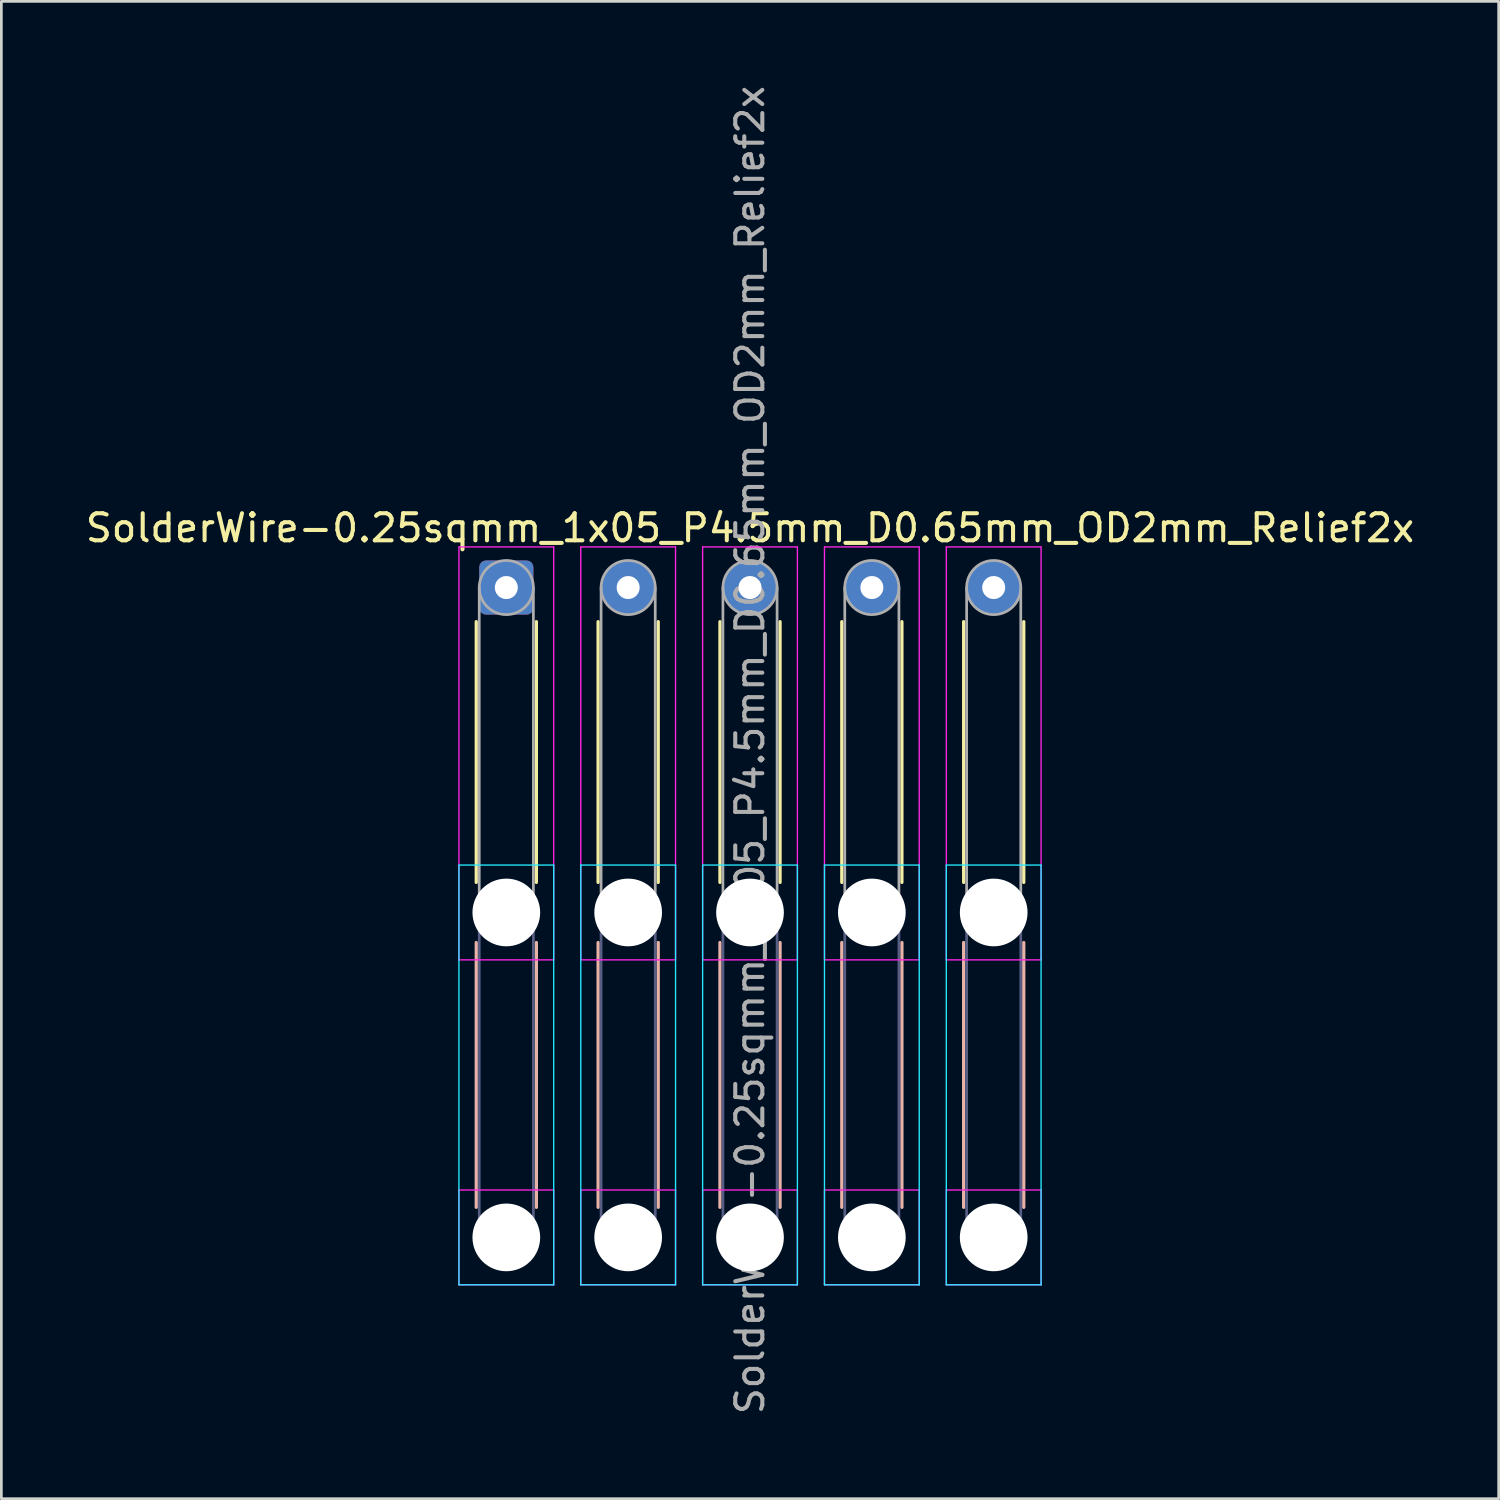
<source format=kicad_pcb>
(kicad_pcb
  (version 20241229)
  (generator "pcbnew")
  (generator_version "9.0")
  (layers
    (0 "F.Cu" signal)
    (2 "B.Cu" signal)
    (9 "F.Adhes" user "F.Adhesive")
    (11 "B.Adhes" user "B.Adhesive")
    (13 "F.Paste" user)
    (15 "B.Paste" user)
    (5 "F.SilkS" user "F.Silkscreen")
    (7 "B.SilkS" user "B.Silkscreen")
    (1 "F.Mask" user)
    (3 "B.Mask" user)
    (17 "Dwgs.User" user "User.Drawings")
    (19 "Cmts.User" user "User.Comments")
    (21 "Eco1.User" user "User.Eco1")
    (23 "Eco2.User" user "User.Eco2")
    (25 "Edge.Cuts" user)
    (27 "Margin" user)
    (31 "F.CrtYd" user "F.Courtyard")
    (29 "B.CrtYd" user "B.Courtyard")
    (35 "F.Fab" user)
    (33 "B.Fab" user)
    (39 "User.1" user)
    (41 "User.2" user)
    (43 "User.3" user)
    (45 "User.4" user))
  (footprint "SolderWire-0.25sqmm_1x05_P4.5mm_D0.65mm_OD2mm_Relief2x"
    (layer "F.Cu")
    (at 15.649 18.649)
    (property "Reference" "SolderWire-0.25sqmm_1x05_P4.5mm_D0.65mm_OD2mm_Relief2x" (at 9 -2.2 0) (layer "F.SilkS") (effects (font (size 1 1) (thickness 0.15))))
    (attr exclude_from_pos_files exclude_from_bom)
    (fp_line (start -1.11 1.26) (end -1.11 10.89) (stroke (width 0.12) (type solid)) (layer "F.SilkS"))
    (fp_line (start 1.11 1.26) (end 1.11 10.89) (stroke (width 0.12) (type solid)) (layer "F.SilkS"))
    (fp_line (start 3.39 1.26) (end 3.39 10.89) (stroke (width 0.12) (type solid)) (layer "F.SilkS"))
    (fp_line (start 5.61 1.26) (end 5.61 10.89) (stroke (width 0.12) (type solid)) (layer "F.SilkS"))
    (fp_line (start 7.89 1.26) (end 7.89 10.89) (stroke (width 0.12) (type solid)) (layer "F.SilkS"))
    (fp_line (start 10.11 1.26) (end 10.11 10.89) (stroke (width 0.12) (type solid)) (layer "F.SilkS"))
    (fp_line (start 12.39 1.26) (end 12.39 10.89) (stroke (width 0.12) (type solid)) (layer "F.SilkS"))
    (fp_line (start 14.61 1.26) (end 14.61 10.89) (stroke (width 0.12) (type solid)) (layer "F.SilkS"))
    (fp_line (start 16.89 1.26) (end 16.89 10.89) (stroke (width 0.12) (type solid)) (layer "F.SilkS"))
    (fp_line (start 19.11 1.26) (end 19.11 10.89) (stroke (width 0.12) (type solid)) (layer "F.SilkS"))
    (fp_line (start -1.11 13.11) (end -1.11 22.89) (stroke (width 0.12) (type solid)) (layer "B.SilkS"))
    (fp_line (start 1.11 13.11) (end 1.11 22.89) (stroke (width 0.12) (type solid)) (layer "B.SilkS"))
    (fp_line (start 3.39 13.11) (end 3.39 22.89) (stroke (width 0.12) (type solid)) (layer "B.SilkS"))
    (fp_line (start 5.61 13.11) (end 5.61 22.89) (stroke (width 0.12) (type solid)) (layer "B.SilkS"))
    (fp_line (start 7.89 13.11) (end 7.89 22.89) (stroke (width 0.12) (type solid)) (layer "B.SilkS"))
    (fp_line (start 10.11 13.11) (end 10.11 22.89) (stroke (width 0.12) (type solid)) (layer "B.SilkS"))
    (fp_line (start 12.39 13.11) (end 12.39 22.89) (stroke (width 0.12) (type solid)) (layer "B.SilkS"))
    (fp_line (start 14.61 13.11) (end 14.61 22.89) (stroke (width 0.12) (type solid)) (layer "B.SilkS"))
    (fp_line (start 16.89 13.11) (end 16.89 22.89) (stroke (width 0.12) (type solid)) (layer "B.SilkS"))
    (fp_line (start 19.11 13.11) (end 19.11 22.89) (stroke (width 0.12) (type solid)) (layer "B.SilkS"))
    (fp_line (start -1.75 10.25) (end -1.75 25.75) (stroke (width 0.05) (type solid)) (layer "B.CrtYd"))
    (fp_line (start -1.75 25.75) (end 1.75 25.75) (stroke (width 0.05) (type solid)) (layer "B.CrtYd"))
    (fp_line (start 1.75 10.25) (end -1.75 10.25) (stroke (width 0.05) (type solid)) (layer "B.CrtYd"))
    (fp_line (start 1.75 25.75) (end 1.75 10.25) (stroke (width 0.05) (type solid)) (layer "B.CrtYd"))
    (fp_line (start 2.75 10.25) (end 2.75 25.75) (stroke (width 0.05) (type solid)) (layer "B.CrtYd"))
    (fp_line (start 2.75 25.75) (end 6.25 25.75) (stroke (width 0.05) (type solid)) (layer "B.CrtYd"))
    (fp_line (start 6.25 10.25) (end 2.75 10.25) (stroke (width 0.05) (type solid)) (layer "B.CrtYd"))
    (fp_line (start 6.25 25.75) (end 6.25 10.25) (stroke (width 0.05) (type solid)) (layer "B.CrtYd"))
    (fp_line (start 7.25 10.25) (end 7.25 25.75) (stroke (width 0.05) (type solid)) (layer "B.CrtYd"))
    (fp_line (start 7.25 25.75) (end 10.75 25.75) (stroke (width 0.05) (type solid)) (layer "B.CrtYd"))
    (fp_line (start 10.75 10.25) (end 7.25 10.25) (stroke (width 0.05) (type solid)) (layer "B.CrtYd"))
    (fp_line (start 10.75 25.75) (end 10.75 10.25) (stroke (width 0.05) (type solid)) (layer "B.CrtYd"))
    (fp_line (start 11.75 10.25) (end 11.75 25.75) (stroke (width 0.05) (type solid)) (layer "B.CrtYd"))
    (fp_line (start 11.75 25.75) (end 15.25 25.75) (stroke (width 0.05) (type solid)) (layer "B.CrtYd"))
    (fp_line (start 15.25 10.25) (end 11.75 10.25) (stroke (width 0.05) (type solid)) (layer "B.CrtYd"))
    (fp_line (start 15.25 25.75) (end 15.25 10.25) (stroke (width 0.05) (type solid)) (layer "B.CrtYd"))
    (fp_line (start 16.25 10.25) (end 16.25 25.75) (stroke (width 0.05) (type solid)) (layer "B.CrtYd"))
    (fp_line (start 16.25 25.75) (end 19.75 25.75) (stroke (width 0.05) (type solid)) (layer "B.CrtYd"))
    (fp_line (start 19.75 10.25) (end 16.25 10.25) (stroke (width 0.05) (type solid)) (layer "B.CrtYd"))
    (fp_line (start 19.75 25.75) (end 19.75 10.25) (stroke (width 0.05) (type solid)) (layer "B.CrtYd"))
    (fp_line (start -1.75 -1.5) (end -1.75 13.75) (stroke (width 0.05) (type solid)) (layer "F.CrtYd"))
    (fp_line (start -1.75 13.75) (end 1.75 13.75) (stroke (width 0.05) (type solid)) (layer "F.CrtYd"))
    (fp_line (start -1.75 22.25) (end -1.75 25.75) (stroke (width 0.05) (type solid)) (layer "F.CrtYd"))
    (fp_line (start -1.75 25.75) (end 1.75 25.75) (stroke (width 0.05) (type solid)) (layer "F.CrtYd"))
    (fp_line (start 1.75 -1.5) (end -1.75 -1.5) (stroke (width 0.05) (type solid)) (layer "F.CrtYd"))
    (fp_line (start 1.75 13.75) (end 1.75 -1.5) (stroke (width 0.05) (type solid)) (layer "F.CrtYd"))
    (fp_line (start 1.75 22.25) (end -1.75 22.25) (stroke (width 0.05) (type solid)) (layer "F.CrtYd"))
    (fp_line (start 1.75 25.75) (end 1.75 22.25) (stroke (width 0.05) (type solid)) (layer "F.CrtYd"))
    (fp_line (start 2.75 -1.5) (end 2.75 13.75) (stroke (width 0.05) (type solid)) (layer "F.CrtYd"))
    (fp_line (start 2.75 13.75) (end 6.25 13.75) (stroke (width 0.05) (type solid)) (layer "F.CrtYd"))
    (fp_line (start 2.75 22.25) (end 2.75 25.75) (stroke (width 0.05) (type solid)) (layer "F.CrtYd"))
    (fp_line (start 2.75 25.75) (end 6.25 25.75) (stroke (width 0.05) (type solid)) (layer "F.CrtYd"))
    (fp_line (start 6.25 -1.5) (end 2.75 -1.5) (stroke (width 0.05) (type solid)) (layer "F.CrtYd"))
    (fp_line (start 6.25 13.75) (end 6.25 -1.5) (stroke (width 0.05) (type solid)) (layer "F.CrtYd"))
    (fp_line (start 6.25 22.25) (end 2.75 22.25) (stroke (width 0.05) (type solid)) (layer "F.CrtYd"))
    (fp_line (start 6.25 25.75) (end 6.25 22.25) (stroke (width 0.05) (type solid)) (layer "F.CrtYd"))
    (fp_line (start 7.25 -1.5) (end 7.25 13.75) (stroke (width 0.05) (type solid)) (layer "F.CrtYd"))
    (fp_line (start 7.25 13.75) (end 10.75 13.75) (stroke (width 0.05) (type solid)) (layer "F.CrtYd"))
    (fp_line (start 7.25 22.25) (end 7.25 25.75) (stroke (width 0.05) (type solid)) (layer "F.CrtYd"))
    (fp_line (start 7.25 25.75) (end 10.75 25.75) (stroke (width 0.05) (type solid)) (layer "F.CrtYd"))
    (fp_line (start 10.75 -1.5) (end 7.25 -1.5) (stroke (width 0.05) (type solid)) (layer "F.CrtYd"))
    (fp_line (start 10.75 13.75) (end 10.75 -1.5) (stroke (width 0.05) (type solid)) (layer "F.CrtYd"))
    (fp_line (start 10.75 22.25) (end 7.25 22.25) (stroke (width 0.05) (type solid)) (layer "F.CrtYd"))
    (fp_line (start 10.75 25.75) (end 10.75 22.25) (stroke (width 0.05) (type solid)) (layer "F.CrtYd"))
    (fp_line (start 11.75 -1.5) (end 11.75 13.75) (stroke (width 0.05) (type solid)) (layer "F.CrtYd"))
    (fp_line (start 11.75 13.75) (end 15.25 13.75) (stroke (width 0.05) (type solid)) (layer "F.CrtYd"))
    (fp_line (start 11.75 22.25) (end 11.75 25.75) (stroke (width 0.05) (type solid)) (layer "F.CrtYd"))
    (fp_line (start 11.75 25.75) (end 15.25 25.75) (stroke (width 0.05) (type solid)) (layer "F.CrtYd"))
    (fp_line (start 15.25 -1.5) (end 11.75 -1.5) (stroke (width 0.05) (type solid)) (layer "F.CrtYd"))
    (fp_line (start 15.25 13.75) (end 15.25 -1.5) (stroke (width 0.05) (type solid)) (layer "F.CrtYd"))
    (fp_line (start 15.25 22.25) (end 11.75 22.25) (stroke (width 0.05) (type solid)) (layer "F.CrtYd"))
    (fp_line (start 15.25 25.75) (end 15.25 22.25) (stroke (width 0.05) (type solid)) (layer "F.CrtYd"))
    (fp_line (start 16.25 -1.5) (end 16.25 13.75) (stroke (width 0.05) (type solid)) (layer "F.CrtYd"))
    (fp_line (start 16.25 13.75) (end 19.75 13.75) (stroke (width 0.05) (type solid)) (layer "F.CrtYd"))
    (fp_line (start 16.25 22.25) (end 16.25 25.75) (stroke (width 0.05) (type solid)) (layer "F.CrtYd"))
    (fp_line (start 16.25 25.75) (end 19.75 25.75) (stroke (width 0.05) (type solid)) (layer "F.CrtYd"))
    (fp_line (start 19.75 -1.5) (end 16.25 -1.5) (stroke (width 0.05) (type solid)) (layer "F.CrtYd"))
    (fp_line (start 19.75 13.75) (end 19.75 -1.5) (stroke (width 0.05) (type solid)) (layer "F.CrtYd"))
    (fp_line (start 19.75 22.25) (end 16.25 22.25) (stroke (width 0.05) (type solid)) (layer "F.CrtYd"))
    (fp_line (start 19.75 25.75) (end 19.75 22.25) (stroke (width 0.05) (type solid)) (layer "F.CrtYd"))
    (fp_line (start -1 12) (end -1 24) (stroke (width 0.1) (type solid)) (layer "B.Fab"))
    (fp_line (start 1 12) (end 1 24) (stroke (width 0.1) (type solid)) (layer "B.Fab"))
    (fp_line (start 3.5 12) (end 3.5 24) (stroke (width 0.1) (type solid)) (layer "B.Fab"))
    (fp_line (start 5.5 12) (end 5.5 24) (stroke (width 0.1) (type solid)) (layer "B.Fab"))
    (fp_line (start 8 12) (end 8 24) (stroke (width 0.1) (type solid)) (layer "B.Fab"))
    (fp_line (start 10 12) (end 10 24) (stroke (width 0.1) (type solid)) (layer "B.Fab"))
    (fp_line (start 12.5 12) (end 12.5 24) (stroke (width 0.1) (type solid)) (layer "B.Fab"))
    (fp_line (start 14.5 12) (end 14.5 24) (stroke (width 0.1) (type solid)) (layer "B.Fab"))
    (fp_line (start 17 12) (end 17 24) (stroke (width 0.1) (type solid)) (layer "B.Fab"))
    (fp_line (start 19 12) (end 19 24) (stroke (width 0.1) (type solid)) (layer "B.Fab"))
    (fp_circle (center 0 12) (end 1 12) (stroke (width 0.1) (type solid)) (fill no) (layer "B.Fab"))
    (fp_circle (center 0 24) (end 1 24) (stroke (width 0.1) (type solid)) (fill no) (layer "B.Fab"))
    (fp_circle (center 4.5 12) (end 5.5 12) (stroke (width 0.1) (type solid)) (fill no) (layer "B.Fab"))
    (fp_circle (center 4.5 24) (end 5.5 24) (stroke (width 0.1) (type solid)) (fill no) (layer "B.Fab"))
    (fp_circle (center 9 12) (end 10 12) (stroke (width 0.1) (type solid)) (fill no) (layer "B.Fab"))
    (fp_circle (center 9 24) (end 10 24) (stroke (width 0.1) (type solid)) (fill no) (layer "B.Fab"))
    (fp_circle (center 13.5 12) (end 14.5 12) (stroke (width 0.1) (type solid)) (fill no) (layer "B.Fab"))
    (fp_circle (center 13.5 24) (end 14.5 24) (stroke (width 0.1) (type solid)) (fill no) (layer "B.Fab"))
    (fp_circle (center 18 12) (end 19 12) (stroke (width 0.1) (type solid)) (fill no) (layer "B.Fab"))
    (fp_circle (center 18 24) (end 19 24) (stroke (width 0.1) (type solid)) (fill no) (layer "B.Fab"))
    (fp_line (start -1 0) (end -1 12) (stroke (width 0.1) (type solid)) (layer "F.Fab"))
    (fp_line (start 1 0) (end 1 12) (stroke (width 0.1) (type solid)) (layer "F.Fab"))
    (fp_line (start 3.5 0) (end 3.5 12) (stroke (width 0.1) (type solid)) (layer "F.Fab"))
    (fp_line (start 5.5 0) (end 5.5 12) (stroke (width 0.1) (type solid)) (layer "F.Fab"))
    (fp_line (start 8 0) (end 8 12) (stroke (width 0.1) (type solid)) (layer "F.Fab"))
    (fp_line (start 10 0) (end 10 12) (stroke (width 0.1) (type solid)) (layer "F.Fab"))
    (fp_line (start 12.5 0) (end 12.5 12) (stroke (width 0.1) (type solid)) (layer "F.Fab"))
    (fp_line (start 14.5 0) (end 14.5 12) (stroke (width 0.1) (type solid)) (layer "F.Fab"))
    (fp_line (start 17 0) (end 17 12) (stroke (width 0.1) (type solid)) (layer "F.Fab"))
    (fp_line (start 19 0) (end 19 12) (stroke (width 0.1) (type solid)) (layer "F.Fab"))
    (fp_circle (center 0 0) (end 1 0) (stroke (width 0.1) (type solid)) (fill no) (layer "F.Fab"))
    (fp_circle (center 0 12) (end 1 12) (stroke (width 0.1) (type solid)) (fill no) (layer "F.Fab"))
    (fp_circle (center 0 24) (end 1 24) (stroke (width 0.1) (type solid)) (fill no) (layer "F.Fab"))
    (fp_circle (center 4.5 0) (end 5.5 0) (stroke (width 0.1) (type solid)) (fill no) (layer "F.Fab"))
    (fp_circle (center 4.5 12) (end 5.5 12) (stroke (width 0.1) (type solid)) (fill no) (layer "F.Fab"))
    (fp_circle (center 4.5 24) (end 5.5 24) (stroke (width 0.1) (type solid)) (fill no) (layer "F.Fab"))
    (fp_circle (center 9 0) (end 10 0) (stroke (width 0.1) (type solid)) (fill no) (layer "F.Fab"))
    (fp_circle (center 9 12) (end 10 12) (stroke (width 0.1) (type solid)) (fill no) (layer "F.Fab"))
    (fp_circle (center 9 24) (end 10 24) (stroke (width 0.1) (type solid)) (fill no) (layer "F.Fab"))
    (fp_circle (center 13.5 0) (end 14.5 0) (stroke (width 0.1) (type solid)) (fill no) (layer "F.Fab"))
    (fp_circle (center 13.5 12) (end 14.5 12) (stroke (width 0.1) (type solid)) (fill no) (layer "F.Fab"))
    (fp_circle (center 13.5 24) (end 14.5 24) (stroke (width 0.1) (type solid)) (fill no) (layer "F.Fab"))
    (fp_circle (center 18 0) (end 19 0) (stroke (width 0.1) (type solid)) (fill no) (layer "F.Fab"))
    (fp_circle (center 18 12) (end 19 12) (stroke (width 0.1) (type solid)) (fill no) (layer "F.Fab"))
    (fp_circle (center 18 24) (end 19 24) (stroke (width 0.1) (type solid)) (fill no) (layer "F.Fab"))
    (fp_text user "${REFERENCE}" (at 9 6 90) (layer "F.Fab") (effects (font (size 1 1) (thickness 0.15))))
    (pad "" np_thru_hole circle (at 0 12) (size 2.5 2.5) (drill 2.5) (layers "*.Cu" "*.Mask"))
    (pad "" np_thru_hole circle (at 0 24) (size 2.5 2.5) (drill 2.5) (layers "*.Cu" "*.Mask"))
    (pad "" np_thru_hole circle (at 4.5 12) (size 2.5 2.5) (drill 2.5) (layers "*.Cu" "*.Mask"))
    (pad "" np_thru_hole circle (at 4.5 24) (size 2.5 2.5) (drill 2.5) (layers "*.Cu" "*.Mask"))
    (pad "" np_thru_hole circle (at 9 12) (size 2.5 2.5) (drill 2.5) (layers "*.Cu" "*.Mask"))
    (pad "" np_thru_hole circle (at 9 24) (size 2.5 2.5) (drill 2.5) (layers "*.Cu" "*.Mask"))
    (pad "" np_thru_hole circle (at 13.5 12) (size 2.5 2.5) (drill 2.5) (layers "*.Cu" "*.Mask"))
    (pad "" np_thru_hole circle (at 13.5 24) (size 2.5 2.5) (drill 2.5) (layers "*.Cu" "*.Mask"))
    (pad "" np_thru_hole circle (at 18 12) (size 2.5 2.5) (drill 2.5) (layers "*.Cu" "*.Mask"))
    (pad "" np_thru_hole circle (at 18 24) (size 2.5 2.5) (drill 2.5) (layers "*.Cu" "*.Mask"))
    (pad "1" thru_hole roundrect (at 0 0) (size 2 2) (drill 0.85) (layers "*.Cu" "*.Mask") (roundrect_rratio 0.125))
    (pad "2" thru_hole circle (at 4.5 0) (size 2 2) (drill 0.85) (layers "*.Cu" "*.Mask"))
    (pad "3" thru_hole circle (at 9 0) (size 2 2) (drill 0.85) (layers "*.Cu" "*.Mask"))
    (pad "4" thru_hole circle (at 13.5 0) (size 2 2) (drill 0.85) (layers "*.Cu" "*.Mask"))
    (pad "5" thru_hole circle (at 18 0) (size 2 2) (drill 0.85) (layers "*.Cu" "*.Mask")))
  (gr_rect
    (start -3 -3)
    (end 52.298 52.298)
    (stroke (width 0.1) (type default))
    (fill no)
    (layer "Edge.Cuts")))
</source>
